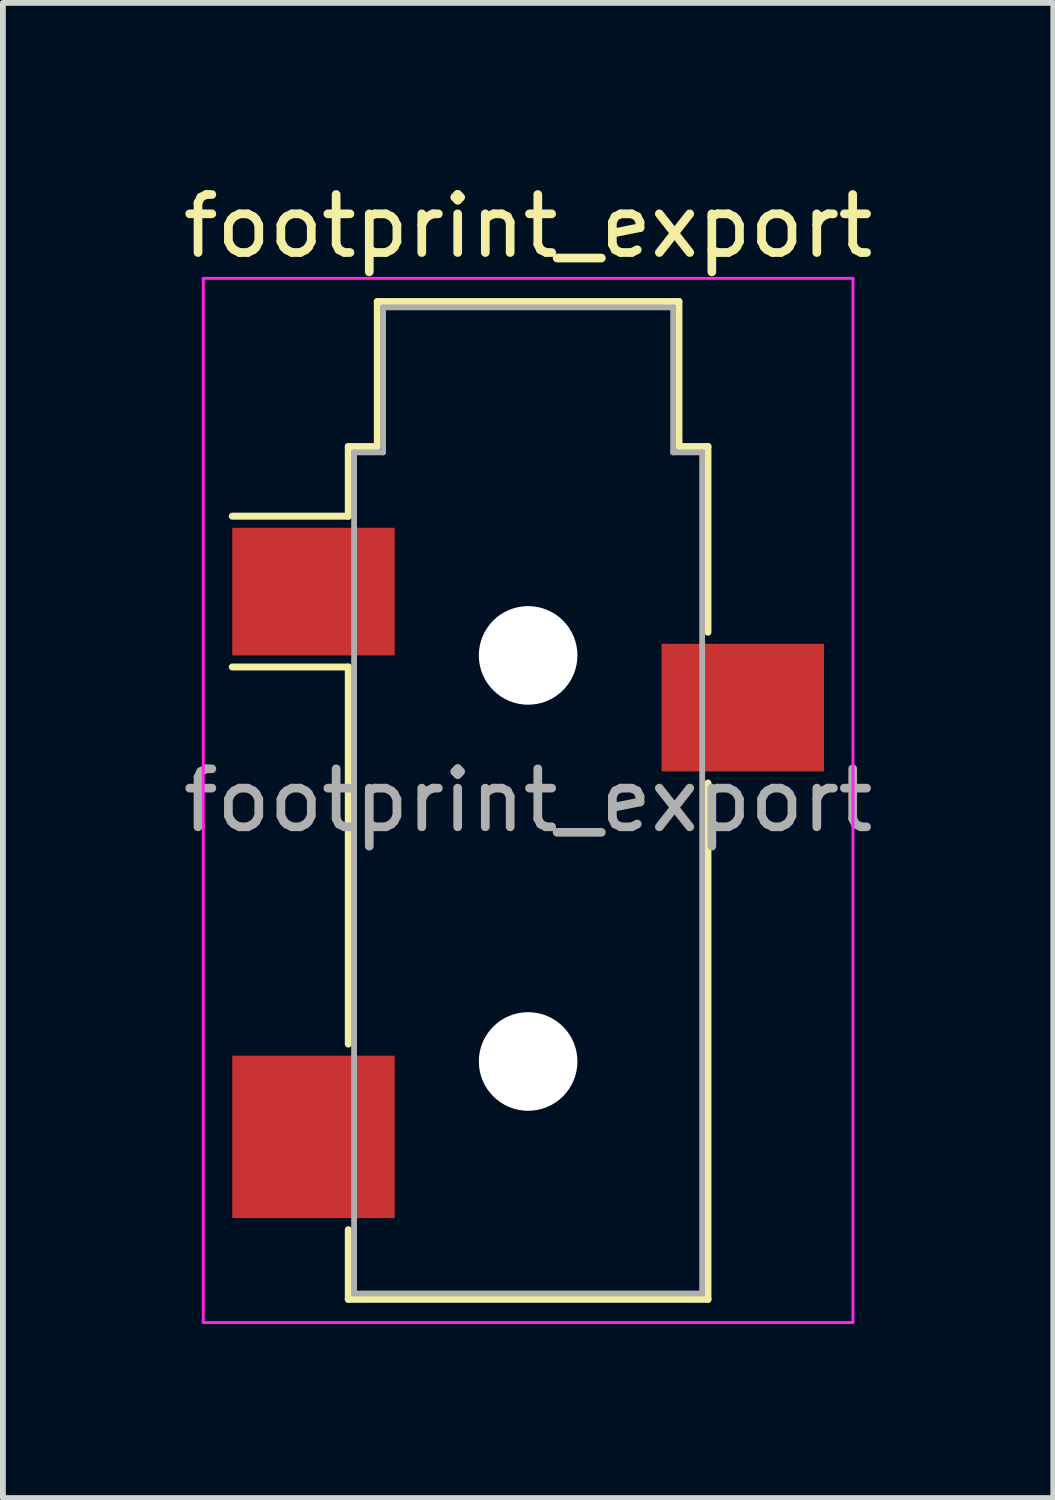
<source format=kicad_pcb>
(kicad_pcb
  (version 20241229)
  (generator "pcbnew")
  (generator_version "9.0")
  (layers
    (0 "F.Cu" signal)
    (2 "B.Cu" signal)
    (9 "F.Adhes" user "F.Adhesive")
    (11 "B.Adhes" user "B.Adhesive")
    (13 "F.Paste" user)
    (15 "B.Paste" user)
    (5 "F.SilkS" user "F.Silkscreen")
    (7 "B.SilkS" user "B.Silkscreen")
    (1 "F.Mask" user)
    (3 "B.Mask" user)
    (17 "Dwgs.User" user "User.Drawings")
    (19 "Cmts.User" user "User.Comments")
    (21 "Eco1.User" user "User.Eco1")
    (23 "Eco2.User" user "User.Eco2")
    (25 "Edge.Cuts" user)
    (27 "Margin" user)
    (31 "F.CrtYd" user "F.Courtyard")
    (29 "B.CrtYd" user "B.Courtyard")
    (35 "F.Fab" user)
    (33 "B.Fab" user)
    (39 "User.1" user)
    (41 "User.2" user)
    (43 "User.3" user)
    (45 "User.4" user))
  (footprint "footprint_export"
    (layer "F.Cu")
    (at 6.054 10.748)
    (property "Reference" "footprint_export" (at 0 -9.9 0) (layer "F.SilkS") (effects (font (size 1 1) (thickness 0.15))))
    (attr smd)
    (fp_line (start -3.1 -6.1) (end -2.6 -6.1) (stroke (width 0.12) (type solid)) (layer "F.SilkS"))
    (fp_line (start -3.1 -4.9) (end -5.1 -4.9) (stroke (width 0.12) (type solid)) (layer "F.SilkS"))
    (fp_line (start -3.1 -4.9) (end -3.1 -6.1) (stroke (width 0.12) (type solid)) (layer "F.SilkS"))
    (fp_line (start -3.1 -2.3) (end -5.1 -2.3) (stroke (width 0.12) (type solid)) (layer "F.SilkS"))
    (fp_line (start -3.1 4.2) (end -3.1 -2.3) (stroke (width 0.12) (type solid)) (layer "F.SilkS"))
    (fp_line (start -3.1 8.6) (end -3.1 7.4) (stroke (width 0.12) (type solid)) (layer "F.SilkS"))
    (fp_line (start -2.6 -8.6) (end 2.6 -8.6) (stroke (width 0.12) (type solid)) (layer "F.SilkS"))
    (fp_line (start -2.6 -6.1) (end -2.6 -8.6) (stroke (width 0.12) (type solid)) (layer "F.SilkS"))
    (fp_line (start 2.6 -8.6) (end 2.6 -6.1) (stroke (width 0.12) (type solid)) (layer "F.SilkS"))
    (fp_line (start 2.6 -6.1) (end 3.1 -6.1) (stroke (width 0.12) (type solid)) (layer "F.SilkS"))
    (fp_line (start 3.1 -6.1) (end 3.1 -2.9) (stroke (width 0.12) (type solid)) (layer "F.SilkS"))
    (fp_line (start 3.1 -0.3) (end 3.1 8.6) (stroke (width 0.12) (type solid)) (layer "F.SilkS"))
    (fp_line (start 3.1 8.6) (end -3.1 8.6) (stroke (width 0.12) (type solid)) (layer "F.SilkS"))
    (fp_line (start -5.6 -9) (end 5.6 -9) (stroke (width 0.05) (type solid)) (layer "F.CrtYd"))
    (fp_line (start -5.6 9) (end -5.6 -9) (stroke (width 0.05) (type solid)) (layer "F.CrtYd"))
    (fp_line (start 5.6 -9) (end 5.6 9) (stroke (width 0.05) (type solid)) (layer "F.CrtYd"))
    (fp_line (start 5.6 9) (end -5.6 9) (stroke (width 0.05) (type solid)) (layer "F.CrtYd"))
    (fp_line (start -3 -6) (end -2.5 -6) (stroke (width 0.1) (type solid)) (layer "F.Fab"))
    (fp_line (start -3 8.5) (end -3 -6) (stroke (width 0.1) (type solid)) (layer "F.Fab"))
    (fp_line (start -2.5 -8.5) (end 2.5 -8.5) (stroke (width 0.1) (type solid)) (layer "F.Fab"))
    (fp_line (start -2.5 -6) (end -2.5 -8.5) (stroke (width 0.1) (type solid)) (layer "F.Fab"))
    (fp_line (start 2.5 -8.5) (end 2.5 -6) (stroke (width 0.1) (type solid)) (layer "F.Fab"))
    (fp_line (start 2.5 -6) (end 3 -6) (stroke (width 0.1) (type solid)) (layer "F.Fab"))
    (fp_line (start 3 -6) (end 3 8.5) (stroke (width 0.1) (type solid)) (layer "F.Fab"))
    (fp_line (start 3 8.5) (end -3 8.5) (stroke (width 0.1) (type solid)) (layer "F.Fab"))
    (fp_text user "${REFERENCE}" (at 0 0 0) (layer "F.Fab") (effects (font (size 1 1) (thickness 0.15))))
    (pad "" np_thru_hole circle (at 0 -2.5) (size 1.7 1.7) (drill 1.7) (layers "*.Cu" "*.Mask"))
    (pad "" np_thru_hole circle (at 0 4.5) (size 1.7 1.7) (drill 1.7) (layers "*.Cu" "*.Mask"))
    (pad "R" smd rect (at 3.7 -1.6) (size 2.8 2.2) (layers "F.Cu" "F.Mask" "F.Paste"))
    (pad "S" smd rect (at -3.7 -3.6) (size 2.8 2.2) (layers "F.Cu" "F.Mask" "F.Paste"))
    (pad "T" smd rect (at -3.7 5.8) (size 2.8 2.8) (layers "F.Cu" "F.Mask" "F.Paste")))
  (gr_rect
    (start -3 -3)
    (end 15.107 22.773)
    (stroke (width 0.1) (type default))
    (fill no)
    (layer "Edge.Cuts")))
</source>
